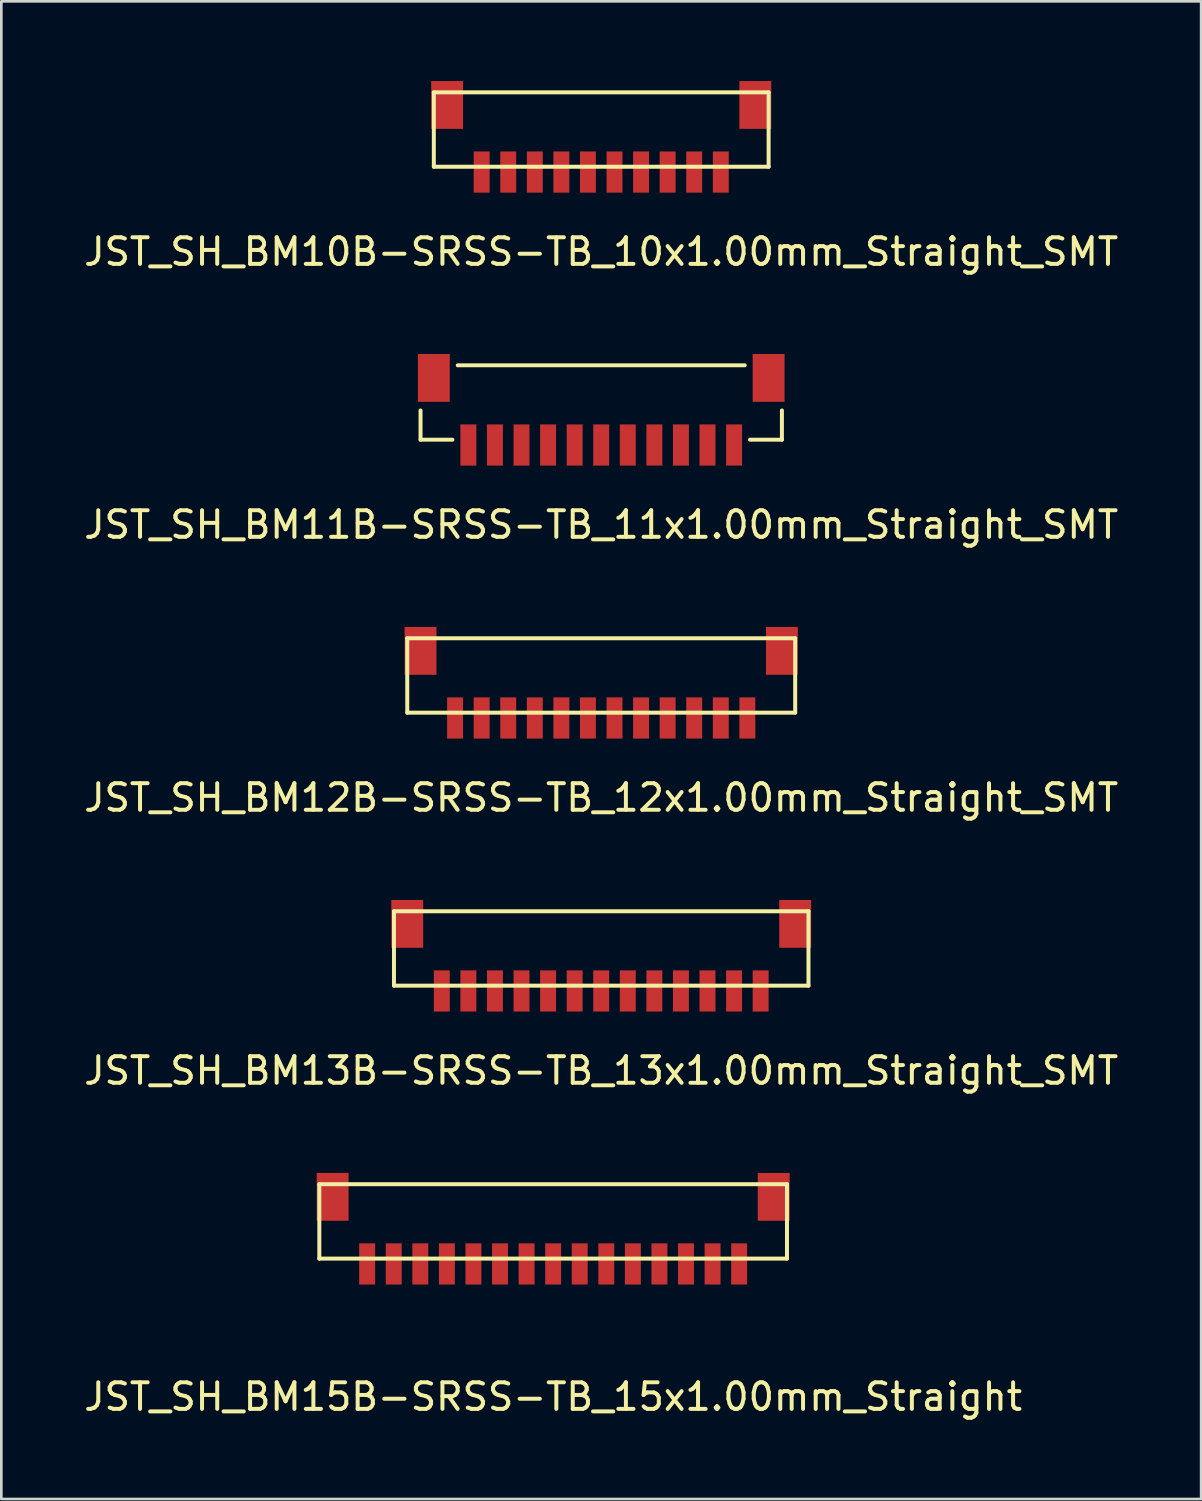
<source format=kicad_pcb>
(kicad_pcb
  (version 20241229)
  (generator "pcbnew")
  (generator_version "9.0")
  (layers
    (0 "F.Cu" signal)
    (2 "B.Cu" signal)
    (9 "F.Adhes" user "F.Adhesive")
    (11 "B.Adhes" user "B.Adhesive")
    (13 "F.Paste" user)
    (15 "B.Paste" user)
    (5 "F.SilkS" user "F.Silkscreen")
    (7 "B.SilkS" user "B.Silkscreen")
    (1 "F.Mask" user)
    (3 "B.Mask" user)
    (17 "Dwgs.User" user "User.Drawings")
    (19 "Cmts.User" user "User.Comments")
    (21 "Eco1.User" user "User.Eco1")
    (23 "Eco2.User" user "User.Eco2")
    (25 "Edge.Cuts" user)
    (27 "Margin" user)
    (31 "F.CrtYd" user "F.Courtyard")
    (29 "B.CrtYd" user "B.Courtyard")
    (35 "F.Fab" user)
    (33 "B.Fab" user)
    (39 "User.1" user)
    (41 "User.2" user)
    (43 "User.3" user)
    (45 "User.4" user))
  (footprint "JST_SH_BM10B-SRSS-TB_10x1.00mm_Straight_SMT"
    (layer "F.Cu")
    (at 19.577 3.425)
    (property "Reference" "JST_SH_BM10B-SRSS-TB_10x1.00mm_Straight_SMT" (at 0 3 0) (layer "F.SilkS") (effects (font (size 1 1) (thickness 0.15))))
    (attr smd)
    (fp_line (start -6.3 -3) (end -6.3 -0.2) (stroke (width 0.15) (type solid)) (layer "F.SilkS"))
    (fp_line (start -6.3 -3) (end 6.3 -3) (stroke (width 0.15) (type solid)) (layer "F.SilkS"))
    (fp_line (start -6.3 -0.2) (end 6.3 -0.2) (stroke (width 0.15) (type solid)) (layer "F.SilkS"))
    (fp_line (start 6.3 -3) (end 6.3 -0.2) (stroke (width 0.15) (type solid)) (layer "F.SilkS"))
    (pad "1" smd rect (at -4.5 0) (size 0.6 1.55) (layers "F.Cu" "F.Mask" "F.Paste"))
    (pad "2" smd rect (at -3.5 0) (size 0.6 1.55) (layers "F.Cu" "F.Mask" "F.Paste"))
    (pad "3" smd rect (at -2.5 0) (size 0.6 1.55) (layers "F.Cu" "F.Mask" "F.Paste"))
    (pad "4" smd rect (at -1.5 0) (size 0.6 1.55) (layers "F.Cu" "F.Mask" "F.Paste"))
    (pad "5" smd rect (at -0.5 0) (size 0.6 1.55) (layers "F.Cu" "F.Mask" "F.Paste"))
    (pad "6" smd rect (at 0.5 0) (size 0.6 1.55) (layers "F.Cu" "F.Mask" "F.Paste"))
    (pad "7" smd rect (at 1.5 0) (size 0.6 1.55) (layers "F.Cu" "F.Mask" "F.Paste"))
    (pad "8" smd rect (at 2.5 0) (size 0.6 1.55) (layers "F.Cu" "F.Mask" "F.Paste"))
    (pad "9" smd rect (at 3.5 0) (size 0.6 1.55) (layers "F.Cu" "F.Mask" "F.Paste"))
    (pad "10" smd rect (at 4.5 0) (size 0.6 1.55) (layers "F.Cu" "F.Mask" "F.Paste"))
    (pad "11" smd rect (at -5.8 -2.525) (size 1.2 1.8) (layers "F.Cu" "F.Mask" "F.Paste"))
    (pad "11" smd rect (at 5.8 -2.525) (size 1.2 1.8) (layers "F.Cu" "F.Mask" "F.Paste")))
  (footprint "JST_SH_BM12B-SRSS-TB_12x1.00mm_Straight_SMT"
    (layer "F.Cu")
    (at 19.577 23.971)
    (property "Reference" "JST_SH_BM12B-SRSS-TB_12x1.00mm_Straight_SMT" (at 0 3 0) (layer "F.SilkS") (effects (font (size 1 1) (thickness 0.15))))
    (attr smd)
    (fp_line (start -7.3 -3) (end -7.3 -0.2) (stroke (width 0.15) (type solid)) (layer "F.SilkS"))
    (fp_line (start -7.3 -3) (end 7.3 -3) (stroke (width 0.15) (type solid)) (layer "F.SilkS"))
    (fp_line (start -7.3 -0.2) (end 7.3 -0.2) (stroke (width 0.15) (type solid)) (layer "F.SilkS"))
    (fp_line (start 7.3 -3) (end 7.3 -0.2) (stroke (width 0.15) (type solid)) (layer "F.SilkS"))
    (pad "1" smd rect (at -5.5 0) (size 0.6 1.55) (layers "F.Cu" "F.Mask" "F.Paste"))
    (pad "2" smd rect (at -4.5 0) (size 0.6 1.55) (layers "F.Cu" "F.Mask" "F.Paste"))
    (pad "3" smd rect (at -3.5 0) (size 0.6 1.55) (layers "F.Cu" "F.Mask" "F.Paste"))
    (pad "4" smd rect (at -2.5 0) (size 0.6 1.55) (layers "F.Cu" "F.Mask" "F.Paste"))
    (pad "5" smd rect (at -1.5 0) (size 0.6 1.55) (layers "F.Cu" "F.Mask" "F.Paste"))
    (pad "6" smd rect (at -0.5 0) (size 0.6 1.55) (layers "F.Cu" "F.Mask" "F.Paste"))
    (pad "7" smd rect (at 0.5 0) (size 0.6 1.55) (layers "F.Cu" "F.Mask" "F.Paste"))
    (pad "8" smd rect (at 1.5 0) (size 0.6 1.55) (layers "F.Cu" "F.Mask" "F.Paste"))
    (pad "9" smd rect (at 2.5 0) (size 0.6 1.55) (layers "F.Cu" "F.Mask" "F.Paste"))
    (pad "10" smd rect (at 3.5 0) (size 0.6 1.55) (layers "F.Cu" "F.Mask" "F.Paste"))
    (pad "11" smd rect (at 4.5 0) (size 0.6 1.55) (layers "F.Cu" "F.Mask" "F.Paste"))
    (pad "12" smd rect (at 5.5 0) (size 0.6 1.55) (layers "F.Cu" "F.Mask" "F.Paste"))
    (pad "13" smd rect (at -6.8 -2.525) (size 1.2 1.8) (layers "F.Cu" "F.Mask" "F.Paste"))
    (pad "13" smd rect (at 6.8 -2.525) (size 1.2 1.8) (layers "F.Cu" "F.Mask" "F.Paste")))
  (footprint "JST_SH_BM11B-SRSS-TB_11x1.00mm_Straight_SMT"
    (layer "F.Cu")
    (at 19.577 13.698)
    (property "Reference" "JST_SH_BM11B-SRSS-TB_11x1.00mm_Straight_SMT" (at 0 3 0) (layer "F.SilkS") (effects (font (size 1 1) (thickness 0.15))))
    (attr smd)
    (fp_line (start -6.8 -1.3) (end -6.8 -0.2) (stroke (width 0.15) (type solid)) (layer "F.SilkS"))
    (fp_line (start -6.8 -0.2) (end -5.6 -0.2) (stroke (width 0.15) (type solid)) (layer "F.SilkS"))
    (fp_line (start -5.4 -3) (end 5.4 -3) (stroke (width 0.15) (type solid)) (layer "F.SilkS"))
    (fp_line (start 5.6 -0.2) (end 6.8 -0.2) (stroke (width 0.15) (type solid)) (layer "F.SilkS"))
    (fp_line (start 6.8 -1.3) (end 6.8 -0.2) (stroke (width 0.15) (type solid)) (layer "F.SilkS"))
    (pad "" smd rect (at -6.3 -2.525) (size 1.2 1.8) (layers "F.Cu" "F.Mask" "F.Paste"))
    (pad "" smd rect (at 6.3 -2.525) (size 1.2 1.8) (layers "F.Cu" "F.Mask" "F.Paste"))
    (pad "1" smd rect (at -5 0) (size 0.6 1.55) (layers "F.Cu" "F.Mask" "F.Paste"))
    (pad "2" smd rect (at -4 0) (size 0.6 1.55) (layers "F.Cu" "F.Mask" "F.Paste"))
    (pad "3" smd rect (at -3 0) (size 0.6 1.55) (layers "F.Cu" "F.Mask" "F.Paste"))
    (pad "4" smd rect (at -2 0) (size 0.6 1.55) (layers "F.Cu" "F.Mask" "F.Paste"))
    (pad "5" smd rect (at -1 0) (size 0.6 1.55) (layers "F.Cu" "F.Mask" "F.Paste"))
    (pad "6" smd rect (at 0 0) (size 0.6 1.55) (layers "F.Cu" "F.Mask" "F.Paste"))
    (pad "7" smd rect (at 1 0) (size 0.6 1.55) (layers "F.Cu" "F.Mask" "F.Paste"))
    (pad "8" smd rect (at 2 0) (size 0.6 1.55) (layers "F.Cu" "F.Mask" "F.Paste"))
    (pad "9" smd rect (at 3 0) (size 0.6 1.55) (layers "F.Cu" "F.Mask" "F.Paste"))
    (pad "10" smd rect (at 4 0) (size 0.6 1.55) (layers "F.Cu" "F.Mask" "F.Paste"))
    (pad "11" smd rect (at 5 0) (size 0.6 1.55) (layers "F.Cu" "F.Mask" "F.Paste")))
  (footprint "JST_SH_BM13B-SRSS-TB_13x1.00mm_Straight_SMT"
    (layer "F.Cu")
    (at 19.577 34.245)
    (property "Reference" "JST_SH_BM13B-SRSS-TB_13x1.00mm_Straight_SMT" (at 0 3 0) (layer "F.SilkS") (effects (font (size 1 1) (thickness 0.15))))
    (attr smd)
    (fp_line (start -7.8 -3) (end -7.8 -0.2) (stroke (width 0.15) (type solid)) (layer "F.SilkS"))
    (fp_line (start -7.8 -3) (end 7.8 -3) (stroke (width 0.15) (type solid)) (layer "F.SilkS"))
    (fp_line (start -7.8 -0.2) (end 7.8 -0.2) (stroke (width 0.15) (type solid)) (layer "F.SilkS"))
    (fp_line (start 7.8 -3) (end 7.8 -0.2) (stroke (width 0.15) (type solid)) (layer "F.SilkS"))
    (pad "1" smd rect (at -6 0) (size 0.6 1.55) (layers "F.Cu" "F.Mask" "F.Paste"))
    (pad "2" smd rect (at -5 0) (size 0.6 1.55) (layers "F.Cu" "F.Mask" "F.Paste"))
    (pad "3" smd rect (at -4 0) (size 0.6 1.55) (layers "F.Cu" "F.Mask" "F.Paste"))
    (pad "4" smd rect (at -3 0) (size 0.6 1.55) (layers "F.Cu" "F.Mask" "F.Paste"))
    (pad "5" smd rect (at -2 0) (size 0.6 1.55) (layers "F.Cu" "F.Mask" "F.Paste"))
    (pad "6" smd rect (at -1 0) (size 0.6 1.55) (layers "F.Cu" "F.Mask" "F.Paste"))
    (pad "7" smd rect (at 0 0) (size 0.6 1.55) (layers "F.Cu" "F.Mask" "F.Paste"))
    (pad "8" smd rect (at 1 0) (size 0.6 1.55) (layers "F.Cu" "F.Mask" "F.Paste"))
    (pad "9" smd rect (at 2 0) (size 0.6 1.55) (layers "F.Cu" "F.Mask" "F.Paste"))
    (pad "10" smd rect (at 3 0) (size 0.6 1.55) (layers "F.Cu" "F.Mask" "F.Paste"))
    (pad "11" smd rect (at 4 0) (size 0.6 1.55) (layers "F.Cu" "F.Mask" "F.Paste"))
    (pad "12" smd rect (at 5 0) (size 0.6 1.55) (layers "F.Cu" "F.Mask" "F.Paste"))
    (pad "13" smd rect (at 6 0) (size 0.6 1.55) (layers "F.Cu" "F.Mask" "F.Paste"))
    (pad "14" smd rect (at -7.3 -2.525) (size 1.2 1.8) (layers "F.Cu" "F.Mask" "F.Paste"))
    (pad "14" smd rect (at 7.3 -2.525) (size 1.2 1.8) (layers "F.Cu" "F.Mask" "F.Paste")))
  (footprint "JST_SH_BM15B-SRSS-TB_15x1.00mm_Straight"
    (layer "F.Cu")
    (at 17.768 44.518)
    (property "Reference" "JST_SH_BM15B-SRSS-TB_15x1.00mm_Straight" (at 0 5 0) (layer "F.SilkS") (effects (font (size 1 1) (thickness 0.15))))
    (attr smd)
    (fp_line (start -8.8 -3) (end -8.8 -0.2) (stroke (width 0.15) (type solid)) (layer "F.SilkS"))
    (fp_line (start -8.8 -3) (end 8.8 -3) (stroke (width 0.15) (type solid)) (layer "F.SilkS"))
    (fp_line (start -8.8 -0.2) (end 8.8 -0.2) (stroke (width 0.15) (type solid)) (layer "F.SilkS"))
    (fp_line (start 8.8 -3) (end 8.8 -0.2) (stroke (width 0.15) (type solid)) (layer "F.SilkS"))
    (pad "1" smd rect (at -7 0) (size 0.6 1.55) (layers "F.Cu" "F.Mask" "F.Paste"))
    (pad "2" smd rect (at -6 0) (size 0.6 1.55) (layers "F.Cu" "F.Mask" "F.Paste"))
    (pad "3" smd rect (at -5 0) (size 0.6 1.55) (layers "F.Cu" "F.Mask" "F.Paste"))
    (pad "4" smd rect (at -4 0) (size 0.6 1.55) (layers "F.Cu" "F.Mask" "F.Paste"))
    (pad "5" smd rect (at -3 0) (size 0.6 1.55) (layers "F.Cu" "F.Mask" "F.Paste"))
    (pad "6" smd rect (at -2 0) (size 0.6 1.55) (layers "F.Cu" "F.Mask" "F.Paste"))
    (pad "7" smd rect (at -1 0) (size 0.6 1.55) (layers "F.Cu" "F.Mask" "F.Paste"))
    (pad "8" smd rect (at 0 0) (size 0.6 1.55) (layers "F.Cu" "F.Mask" "F.Paste"))
    (pad "9" smd rect (at 1 0) (size 0.6 1.55) (layers "F.Cu" "F.Mask" "F.Paste"))
    (pad "10" smd rect (at 2 0) (size 0.6 1.55) (layers "F.Cu" "F.Mask" "F.Paste"))
    (pad "11" smd rect (at 3 0) (size 0.6 1.55) (layers "F.Cu" "F.Mask" "F.Paste"))
    (pad "12" smd rect (at 4 0) (size 0.6 1.55) (layers "F.Cu" "F.Mask" "F.Paste"))
    (pad "13" smd rect (at 5 0) (size 0.6 1.55) (layers "F.Cu" "F.Mask" "F.Paste"))
    (pad "14" smd rect (at 6 0) (size 0.6 1.55) (layers "F.Cu" "F.Mask" "F.Paste"))
    (pad "15" smd rect (at 7 0) (size 0.6 1.55) (layers "F.Cu" "F.Mask" "F.Paste"))
    (pad "16" smd rect (at -8.3 -2.525) (size 1.2 1.8) (layers "F.Cu" "F.Mask" "F.Paste"))
    (pad "16" smd rect (at 8.3 -2.525) (size 1.2 1.8) (layers "F.Cu" "F.Mask" "F.Paste")))
  (gr_rect
    (start -3 -3)
    (end 42.155 53.366)
    (stroke (width 0.1) (type default))
    (fill no)
    (layer "Edge.Cuts")))
</source>
